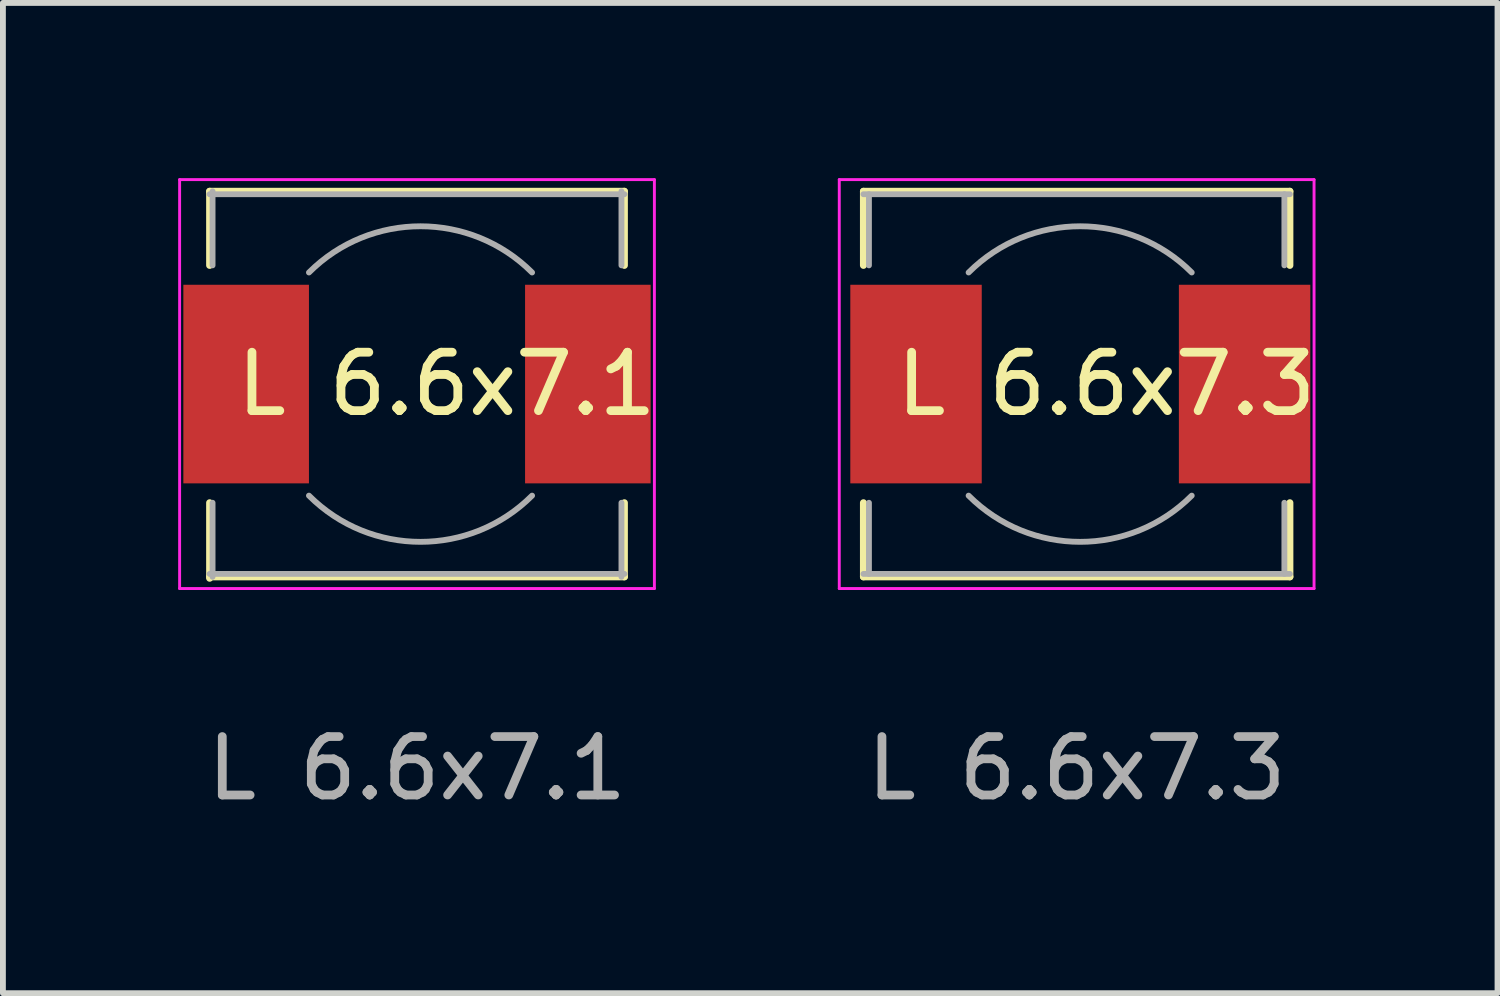
<source format=kicad_pcb>
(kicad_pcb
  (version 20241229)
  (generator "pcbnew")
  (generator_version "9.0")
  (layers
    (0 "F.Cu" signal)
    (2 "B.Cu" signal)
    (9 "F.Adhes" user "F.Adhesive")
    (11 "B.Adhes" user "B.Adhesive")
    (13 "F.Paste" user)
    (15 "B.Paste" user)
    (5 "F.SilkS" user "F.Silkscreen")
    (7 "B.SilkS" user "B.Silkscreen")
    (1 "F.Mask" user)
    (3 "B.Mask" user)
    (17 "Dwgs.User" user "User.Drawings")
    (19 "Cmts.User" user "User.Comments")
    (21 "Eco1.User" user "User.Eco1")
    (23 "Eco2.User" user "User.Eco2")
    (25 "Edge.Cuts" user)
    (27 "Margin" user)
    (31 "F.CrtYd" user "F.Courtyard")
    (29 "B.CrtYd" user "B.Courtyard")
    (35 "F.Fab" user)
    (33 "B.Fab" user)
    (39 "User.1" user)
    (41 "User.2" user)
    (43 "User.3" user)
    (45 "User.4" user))
  (footprint "L 6.6x7.3"
    (layer "F.Cu")
    (at 15.382 3.525)
    (property "Reference" "L 6.6x7.3" (at 0.508 0 0) (unlocked yes) (layer "F.SilkS") (effects (font (size 1 1) (thickness 0.15))))
    (attr smd)
    (fp_line (start -3.65 -3.3) (end 3.65 -3.3) (stroke (width 0.12) (type solid)) (layer "F.SilkS"))
    (fp_line (start -3.65 -2.032) (end -3.65 -3.3) (stroke (width 0.12) (type solid)) (layer "F.SilkS"))
    (fp_line (start -3.65 3.3) (end -3.65 2.032) (stroke (width 0.12) (type solid)) (layer "F.SilkS"))
    (fp_line (start 3.65 -3.3) (end 3.65 -2.032) (stroke (width 0.12) (type solid)) (layer "F.SilkS"))
    (fp_line (start 3.65 2.032) (end 3.65 3.3) (stroke (width 0.12) (type solid)) (layer "F.SilkS"))
    (fp_line (start 3.65 3.3) (end -3.65 3.3) (stroke (width 0.12) (type solid)) (layer "F.SilkS"))
    (fp_line (start -4.064 -3.5) (end -4.064 3.5) (stroke (width 0.05) (type solid)) (layer "F.CrtYd"))
    (fp_line (start -4.064 3.5) (end 4.064 3.5) (stroke (width 0.05) (type solid)) (layer "F.CrtYd"))
    (fp_line (start 4.064 -3.5) (end -4.064 -3.5) (stroke (width 0.05) (type solid)) (layer "F.CrtYd"))
    (fp_line (start 4.064 3.5) (end 4.064 -3.5) (stroke (width 0.05) (type solid)) (layer "F.CrtYd"))
    (fp_line (start -3.65 -3.25) (end 3.65 -3.25) (stroke (width 0.1) (type solid)) (layer "F.Fab"))
    (fp_line (start -3.65 3.25) (end 3.65 3.25) (stroke (width 0.1) (type solid)) (layer "F.Fab"))
    (fp_line (start -3.556 -3.25) (end -3.556 -2.032) (stroke (width 0.1) (type solid)) (layer "F.Fab"))
    (fp_line (start -3.556 3.25) (end -3.556 2.032) (stroke (width 0.1) (type solid)) (layer "F.Fab"))
    (fp_line (start 3.556 -3.25) (end 3.556 -2.032) (stroke (width 0.1) (type solid)) (layer "F.Fab"))
    (fp_line (start 3.556 3.25) (end 3.556 2.032) (stroke (width 0.1) (type solid)) (layer "F.Fab"))
    (fp_arc (start -1.85 -1.91) (mid 0.06 -2.701148) (end 1.97 -1.91) (stroke (width 0.1) (type solid)) (layer "F.Fab"))
    (fp_arc (start 1.97 1.91) (mid 0.06 2.701148) (end -1.85 1.91) (stroke (width 0.1) (type solid)) (layer "F.Fab"))
    (fp_text user "${REFERENCE}" (at 0 6.58 0) (unlocked yes) (layer "F.Fab") (effects (font (size 1 1) (thickness 0.15))))
    (pad "1" smd rect (at -2.75 0) (size 2.25 3.4) (layers "F.Cu" "F.Mask" "F.Paste"))
    (pad "2" smd rect (at 2.875 0) (size 2.25 3.4) (layers "F.Cu" "F.Mask" "F.Paste")))
  (footprint "L 6.6x7.1"
    (layer "F.Cu")
    (at 4.089 3.525)
    (property "Reference" "L 6.6x7.1" (at 0.508 0 0) (unlocked yes) (layer "F.SilkS") (effects (font (size 1 1) (thickness 0.15))))
    (attr smd)
    (fp_line (start -3.55 -3.3) (end 3.55 -3.3) (stroke (width 0.12) (type solid)) (layer "F.SilkS"))
    (fp_line (start -3.55 -2.032) (end -3.55 -3.3) (stroke (width 0.12) (type solid)) (layer "F.SilkS"))
    (fp_line (start -3.55 3.324) (end -3.55 2.032) (stroke (width 0.12) (type solid)) (layer "F.SilkS"))
    (fp_line (start 3.55 -3.3) (end 3.55 -2.032) (stroke (width 0.12) (type solid)) (layer "F.SilkS"))
    (fp_line (start 3.55 2.032) (end 3.55 3.3) (stroke (width 0.12) (type solid)) (layer "F.SilkS"))
    (fp_line (start 3.55 3.3) (end -3.55 3.3) (stroke (width 0.12) (type solid)) (layer "F.SilkS"))
    (fp_line (start -4.064 -3.5) (end -4.064 3.5) (stroke (width 0.05) (type solid)) (layer "F.CrtYd"))
    (fp_line (start -4.064 3.5) (end 4.064 3.5) (stroke (width 0.05) (type solid)) (layer "F.CrtYd"))
    (fp_line (start 4.064 -3.5) (end -4.064 -3.5) (stroke (width 0.05) (type solid)) (layer "F.CrtYd"))
    (fp_line (start 4.064 3.5) (end 4.064 -3.5) (stroke (width 0.05) (type solid)) (layer "F.CrtYd"))
    (fp_line (start -3.55 -3.25) (end 3.55 -3.25) (stroke (width 0.1) (type solid)) (layer "F.Fab"))
    (fp_line (start -3.55 3.25) (end 3.55 3.25) (stroke (width 0.1) (type solid)) (layer "F.Fab"))
    (fp_line (start -3.5 -3.3) (end -3.5 -2.032) (stroke (width 0.1) (type solid)) (layer "F.Fab"))
    (fp_line (start -3.5 3.3) (end -3.5 2.032) (stroke (width 0.1) (type solid)) (layer "F.Fab"))
    (fp_line (start 3.5 -3.3) (end 3.5 -2.032) (stroke (width 0.1) (type solid)) (layer "F.Fab"))
    (fp_line (start 3.5 3.3) (end 3.5 2.032) (stroke (width 0.1) (type solid)) (layer "F.Fab"))
    (fp_arc (start -1.85 -1.91) (mid 0.06 -2.701148) (end 1.97 -1.91) (stroke (width 0.1) (type solid)) (layer "F.Fab"))
    (fp_arc (start 1.97 1.91) (mid 0.06 2.701148) (end -1.85 1.91) (stroke (width 0.1) (type solid)) (layer "F.Fab"))
    (fp_text user "${REFERENCE}" (at 0 6.58 0) (unlocked yes) (layer "F.Fab") (effects (font (size 1 1) (thickness 0.15))))
    (pad "1" smd rect (at -2.925 0) (size 2.15 3.4) (layers "F.Cu" "F.Mask" "F.Paste"))
    (pad "2" smd rect (at 2.925 0) (size 2.15 3.4) (layers "F.Cu" "F.Mask" "F.Paste")))
  (gr_rect
    (start -3 -3)
    (end 22.587 13.953)
    (stroke (width 0.1) (type default))
    (fill no)
    (layer "Edge.Cuts")))
</source>
